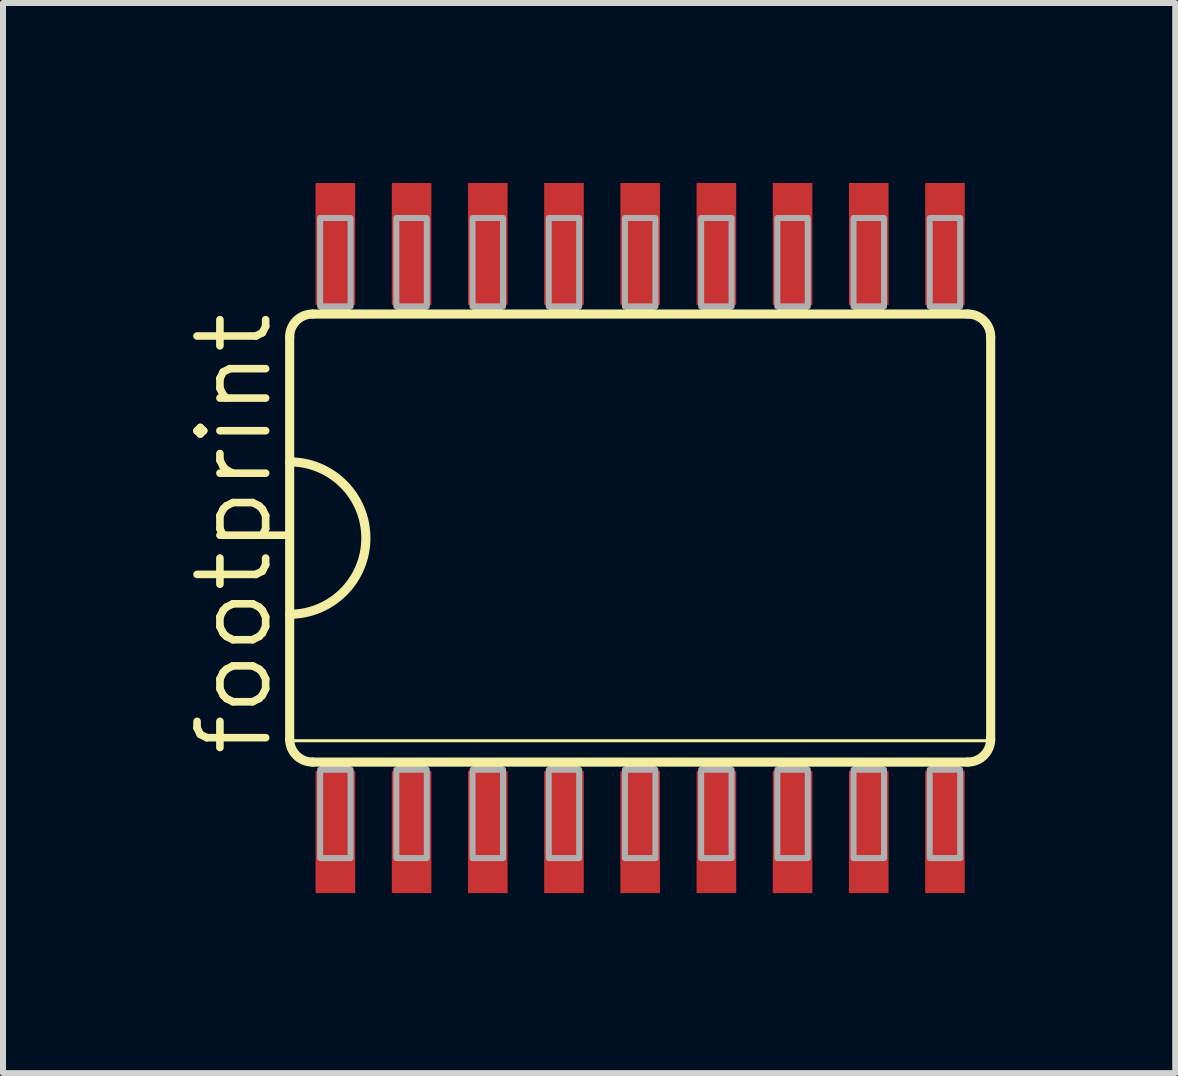
<source format=kicad_pcb>
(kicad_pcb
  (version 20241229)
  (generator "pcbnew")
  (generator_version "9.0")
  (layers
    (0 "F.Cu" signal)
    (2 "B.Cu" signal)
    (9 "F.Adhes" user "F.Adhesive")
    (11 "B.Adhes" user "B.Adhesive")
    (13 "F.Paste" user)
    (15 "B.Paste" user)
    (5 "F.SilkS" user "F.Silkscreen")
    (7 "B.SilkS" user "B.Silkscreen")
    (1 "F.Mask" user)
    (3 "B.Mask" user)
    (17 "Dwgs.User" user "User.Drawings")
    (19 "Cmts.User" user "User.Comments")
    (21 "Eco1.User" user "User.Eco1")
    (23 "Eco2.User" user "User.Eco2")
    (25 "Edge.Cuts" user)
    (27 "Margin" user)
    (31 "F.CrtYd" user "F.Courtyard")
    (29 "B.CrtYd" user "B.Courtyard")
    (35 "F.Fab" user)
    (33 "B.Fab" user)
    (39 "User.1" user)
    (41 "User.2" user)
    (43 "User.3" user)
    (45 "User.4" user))
  (footprint "footprint"
    (layer "F.Cu")
    (at 7.62 5.918)
    (property "Reference" "footprint" (at -6.096 3.683 90) (layer "F.SilkS") (effects (font (size 1.143 1.143) (thickness 0.127)) (justify left bottom)))
    (fp_line (start -5.842 -3.353) (end -5.842 -1.27) (stroke (width 0.152) (type solid)) (layer "F.SilkS"))
    (fp_line (start -5.842 -1.27) (end -5.842 1.27) (stroke (width 0.152) (type solid)) (layer "F.SilkS"))
    (fp_line (start -5.842 1.27) (end -5.842 3.353) (stroke (width 0.152) (type solid)) (layer "F.SilkS"))
    (fp_line (start -5.842 3.378) (end 5.842 3.378) (stroke (width 0.051) (type solid)) (layer "F.SilkS"))
    (fp_line (start -5.461 3.734) (end 5.461 3.734) (stroke (width 0.152) (type solid)) (layer "F.SilkS"))
    (fp_line (start 5.461 -3.734) (end -5.461 -3.734) (stroke (width 0.152) (type solid)) (layer "F.SilkS"))
    (fp_line (start 5.842 3.353) (end 5.842 -3.353) (stroke (width 0.152) (type solid)) (layer "F.SilkS"))
    (fp_arc (start -5.842 -3.3528) (mid -5.730408 -3.622208) (end -5.461 -3.7338) (stroke (width 0.1524) (type solid)) (layer "F.SilkS"))
    (fp_arc (start -5.842 -1.27) (mid -4.572 0) (end -5.842 1.27) (stroke (width 0.1524) (type solid)) (layer "F.SilkS"))
    (fp_arc (start -5.461 3.7338) (mid -5.730408 3.622208) (end -5.842 3.3528) (stroke (width 0.1524) (type solid)) (layer "F.SilkS"))
    (fp_arc (start 5.461 -3.7338) (mid 5.730408 -3.622208) (end 5.842 -3.3528) (stroke (width 0.1524) (type solid)) (layer "F.SilkS"))
    (fp_arc (start 5.842 3.3528) (mid 5.730408 3.622208) (end 5.461 3.7338) (stroke (width 0.1524) (type solid)) (layer "F.SilkS"))
    (fp_poly (pts (xy -5.334 -3.734) (xy -4.826 -3.734) (xy -4.826 -3.861) (xy -5.334 -3.861)) (stroke (width 0) (type solid)) (fill yes) (layer "F.SilkS"))
    (fp_poly (pts (xy -5.334 3.861) (xy -4.826 3.861) (xy -4.826 3.734) (xy -5.334 3.734)) (stroke (width 0) (type solid)) (fill yes) (layer "F.SilkS"))
    (fp_poly (pts (xy -4.064 -3.734) (xy -3.556 -3.734) (xy -3.556 -3.861) (xy -4.064 -3.861)) (stroke (width 0) (type solid)) (fill yes) (layer "F.SilkS"))
    (fp_poly (pts (xy -4.064 3.861) (xy -3.556 3.861) (xy -3.556 3.734) (xy -4.064 3.734)) (stroke (width 0) (type solid)) (fill yes) (layer "F.SilkS"))
    (fp_poly (pts (xy -2.794 -3.734) (xy -2.286 -3.734) (xy -2.286 -3.861) (xy -2.794 -3.861)) (stroke (width 0) (type solid)) (fill yes) (layer "F.SilkS"))
    (fp_poly (pts (xy -2.794 3.861) (xy -2.286 3.861) (xy -2.286 3.734) (xy -2.794 3.734)) (stroke (width 0) (type solid)) (fill yes) (layer "F.SilkS"))
    (fp_poly (pts (xy -1.524 -3.734) (xy -1.016 -3.734) (xy -1.016 -3.861) (xy -1.524 -3.861)) (stroke (width 0) (type solid)) (fill yes) (layer "F.SilkS"))
    (fp_poly (pts (xy -1.524 3.861) (xy -1.016 3.861) (xy -1.016 3.734) (xy -1.524 3.734)) (stroke (width 0) (type solid)) (fill yes) (layer "F.SilkS"))
    (fp_poly (pts (xy -0.254 -3.734) (xy 0.254 -3.734) (xy 0.254 -3.861) (xy -0.254 -3.861)) (stroke (width 0) (type solid)) (fill yes) (layer "F.SilkS"))
    (fp_poly (pts (xy -0.254 3.861) (xy 0.254 3.861) (xy 0.254 3.734) (xy -0.254 3.734)) (stroke (width 0) (type solid)) (fill yes) (layer "F.SilkS"))
    (fp_poly (pts (xy 1.016 -3.734) (xy 1.524 -3.734) (xy 1.524 -3.861) (xy 1.016 -3.861)) (stroke (width 0) (type solid)) (fill yes) (layer "F.SilkS"))
    (fp_poly (pts (xy 1.016 3.861) (xy 1.524 3.861) (xy 1.524 3.734) (xy 1.016 3.734)) (stroke (width 0) (type solid)) (fill yes) (layer "F.SilkS"))
    (fp_poly (pts (xy 2.286 -3.734) (xy 2.794 -3.734) (xy 2.794 -3.861) (xy 2.286 -3.861)) (stroke (width 0) (type solid)) (fill yes) (layer "F.SilkS"))
    (fp_poly (pts (xy 2.286 3.861) (xy 2.794 3.861) (xy 2.794 3.734) (xy 2.286 3.734)) (stroke (width 0) (type solid)) (fill yes) (layer "F.SilkS"))
    (fp_poly (pts (xy 3.556 -3.734) (xy 4.064 -3.734) (xy 4.064 -3.861) (xy 3.556 -3.861)) (stroke (width 0) (type solid)) (fill yes) (layer "F.SilkS"))
    (fp_poly (pts (xy 3.556 3.861) (xy 4.064 3.861) (xy 4.064 3.734) (xy 3.556 3.734)) (stroke (width 0) (type solid)) (fill yes) (layer "F.SilkS"))
    (fp_poly (pts (xy 4.826 -3.734) (xy 5.334 -3.734) (xy 5.334 -3.861) (xy 4.826 -3.861)) (stroke (width 0) (type solid)) (fill yes) (layer "F.SilkS"))
    (fp_poly (pts (xy 4.826 3.861) (xy 5.334 3.861) (xy 5.334 3.734) (xy 4.826 3.734)) (stroke (width 0) (type solid)) (fill yes) (layer "F.SilkS"))
    (fp_poly (pts (xy -5.334 -3.861) (xy -4.826 -3.861) (xy -4.826 -5.334) (xy -5.334 -5.334)) (stroke (width 0.1) (type solid)) (fill no) (layer "F.Fab"))
    (fp_poly (pts (xy -5.334 5.334) (xy -4.826 5.334) (xy -4.826 3.861) (xy -5.334 3.861)) (stroke (width 0.1) (type solid)) (fill no) (layer "F.Fab"))
    (fp_poly (pts (xy -4.064 -3.861) (xy -3.556 -3.861) (xy -3.556 -5.334) (xy -4.064 -5.334)) (stroke (width 0.1) (type solid)) (fill no) (layer "F.Fab"))
    (fp_poly (pts (xy -4.064 5.334) (xy -3.556 5.334) (xy -3.556 3.861) (xy -4.064 3.861)) (stroke (width 0.1) (type solid)) (fill no) (layer "F.Fab"))
    (fp_poly (pts (xy -2.794 -3.861) (xy -2.286 -3.861) (xy -2.286 -5.334) (xy -2.794 -5.334)) (stroke (width 0.1) (type solid)) (fill no) (layer "F.Fab"))
    (fp_poly (pts (xy -2.794 5.334) (xy -2.286 5.334) (xy -2.286 3.861) (xy -2.794 3.861)) (stroke (width 0.1) (type solid)) (fill no) (layer "F.Fab"))
    (fp_poly (pts (xy -1.524 -3.861) (xy -1.016 -3.861) (xy -1.016 -5.334) (xy -1.524 -5.334)) (stroke (width 0.1) (type solid)) (fill no) (layer "F.Fab"))
    (fp_poly (pts (xy -1.524 5.334) (xy -1.016 5.334) (xy -1.016 3.861) (xy -1.524 3.861)) (stroke (width 0.1) (type solid)) (fill no) (layer "F.Fab"))
    (fp_poly (pts (xy -0.254 -3.861) (xy 0.254 -3.861) (xy 0.254 -5.334) (xy -0.254 -5.334)) (stroke (width 0.1) (type solid)) (fill no) (layer "F.Fab"))
    (fp_poly (pts (xy -0.254 5.334) (xy 0.254 5.334) (xy 0.254 3.861) (xy -0.254 3.861)) (stroke (width 0.1) (type solid)) (fill no) (layer "F.Fab"))
    (fp_poly (pts (xy 1.016 -3.861) (xy 1.524 -3.861) (xy 1.524 -5.334) (xy 1.016 -5.334)) (stroke (width 0.1) (type solid)) (fill no) (layer "F.Fab"))
    (fp_poly (pts (xy 1.016 5.334) (xy 1.524 5.334) (xy 1.524 3.861) (xy 1.016 3.861)) (stroke (width 0.1) (type solid)) (fill no) (layer "F.Fab"))
    (fp_poly (pts (xy 2.286 -3.861) (xy 2.794 -3.861) (xy 2.794 -5.334) (xy 2.286 -5.334)) (stroke (width 0.1) (type solid)) (fill no) (layer "F.Fab"))
    (fp_poly (pts (xy 2.286 5.334) (xy 2.794 5.334) (xy 2.794 3.861) (xy 2.286 3.861)) (stroke (width 0.1) (type solid)) (fill no) (layer "F.Fab"))
    (fp_poly (pts (xy 3.556 -3.861) (xy 4.064 -3.861) (xy 4.064 -5.334) (xy 3.556 -5.334)) (stroke (width 0.1) (type solid)) (fill no) (layer "F.Fab"))
    (fp_poly (pts (xy 3.556 5.334) (xy 4.064 5.334) (xy 4.064 3.861) (xy 3.556 3.861)) (stroke (width 0.1) (type solid)) (fill no) (layer "F.Fab"))
    (fp_poly (pts (xy 4.826 -3.861) (xy 5.334 -3.861) (xy 5.334 -5.334) (xy 4.826 -5.334)) (stroke (width 0.1) (type solid)) (fill no) (layer "F.Fab"))
    (fp_poly (pts (xy 4.826 5.334) (xy 5.334 5.334) (xy 5.334 3.861) (xy 4.826 3.861)) (stroke (width 0.1) (type solid)) (fill no) (layer "F.Fab"))
    (pad "1" smd rect (at -5.08 4.902) (size 0.66 2.032) (layers "F.Cu" "F.Mask" "F.Paste"))
    (pad "2" smd rect (at -3.81 4.902) (size 0.66 2.032) (layers "F.Cu" "F.Mask" "F.Paste"))
    (pad "3" smd rect (at -2.54 4.902) (size 0.66 2.032) (layers "F.Cu" "F.Mask" "F.Paste"))
    (pad "4" smd rect (at -1.27 4.902) (size 0.66 2.032) (layers "F.Cu" "F.Mask" "F.Paste"))
    (pad "5" smd rect (at 0 4.902) (size 0.66 2.032) (layers "F.Cu" "F.Mask" "F.Paste"))
    (pad "6" smd rect (at 1.27 4.902) (size 0.66 2.032) (layers "F.Cu" "F.Mask" "F.Paste"))
    (pad "7" smd rect (at 2.54 4.902) (size 0.66 2.032) (layers "F.Cu" "F.Mask" "F.Paste"))
    (pad "8" smd rect (at 3.81 4.902) (size 0.66 2.032) (layers "F.Cu" "F.Mask" "F.Paste"))
    (pad "9" smd rect (at 5.08 4.902) (size 0.66 2.032) (layers "F.Cu" "F.Mask" "F.Paste"))
    (pad "10" smd rect (at 5.08 -4.902) (size 0.66 2.032) (layers "F.Cu" "F.Mask" "F.Paste"))
    (pad "11" smd rect (at 3.81 -4.902) (size 0.66 2.032) (layers "F.Cu" "F.Mask" "F.Paste"))
    (pad "12" smd rect (at 2.54 -4.902) (size 0.66 2.032) (layers "F.Cu" "F.Mask" "F.Paste"))
    (pad "13" smd rect (at 1.27 -4.902) (size 0.66 2.032) (layers "F.Cu" "F.Mask" "F.Paste"))
    (pad "14" smd rect (at 0 -4.902) (size 0.66 2.032) (layers "F.Cu" "F.Mask" "F.Paste"))
    (pad "15" smd rect (at -1.27 -4.902) (size 0.66 2.032) (layers "F.Cu" "F.Mask" "F.Paste"))
    (pad "16" smd rect (at -2.54 -4.902) (size 0.66 2.032) (layers "F.Cu" "F.Mask" "F.Paste"))
    (pad "17" smd rect (at -3.81 -4.902) (size 0.66 2.032) (layers "F.Cu" "F.Mask" "F.Paste"))
    (pad "18" smd rect (at -5.08 -4.902) (size 0.66 2.032) (layers "F.Cu" "F.Mask" "F.Paste")))
  (gr_rect
    (start -3 -3)
    (end 16.538 14.836)
    (stroke (width 0.1) (type default))
    (fill no)
    (layer "Edge.Cuts")))
</source>
